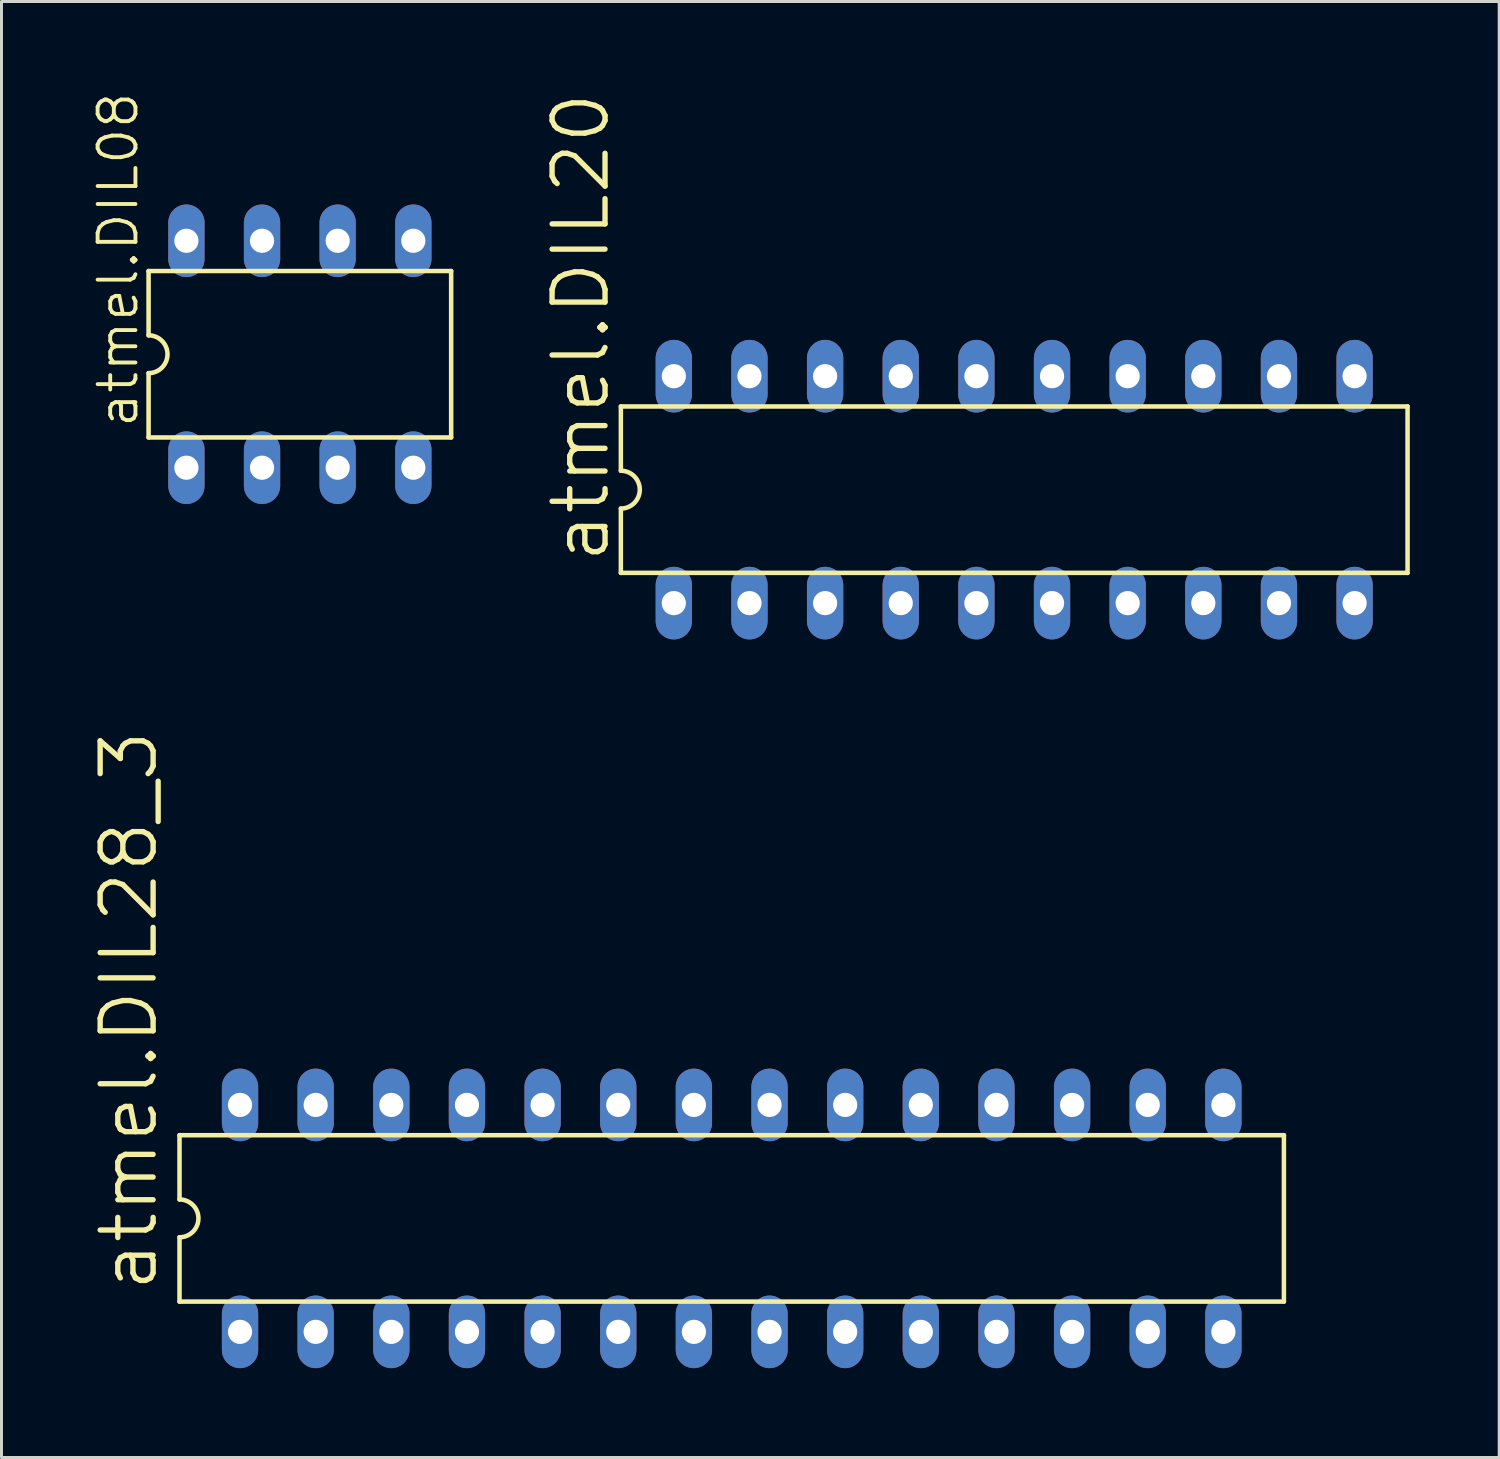
<source format=kicad_pcb>
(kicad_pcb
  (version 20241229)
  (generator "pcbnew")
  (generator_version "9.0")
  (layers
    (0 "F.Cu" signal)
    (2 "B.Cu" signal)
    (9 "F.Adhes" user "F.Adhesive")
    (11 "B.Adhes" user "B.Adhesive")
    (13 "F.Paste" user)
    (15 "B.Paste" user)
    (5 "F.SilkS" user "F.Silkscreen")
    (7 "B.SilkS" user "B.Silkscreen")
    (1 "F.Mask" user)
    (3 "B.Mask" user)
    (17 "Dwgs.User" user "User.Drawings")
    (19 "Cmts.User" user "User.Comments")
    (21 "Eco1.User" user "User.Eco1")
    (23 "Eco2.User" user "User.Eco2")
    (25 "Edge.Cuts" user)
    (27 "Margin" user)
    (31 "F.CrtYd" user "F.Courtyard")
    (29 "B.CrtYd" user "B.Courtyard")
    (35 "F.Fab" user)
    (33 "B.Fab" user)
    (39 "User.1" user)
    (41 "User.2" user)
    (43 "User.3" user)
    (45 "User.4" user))
  (footprint "atmel.DIL28_3"
    (layer "F.Cu")
    (at 21.52 37.862)
    (property "Reference" "atmel.DIL28_3" (at -19.202 2.54 90) (layer "F.SilkS") (effects (font (size 1.778 1.778) (thickness 0.18)) (justify left bottom)))
    (attr through_hole)
    (fp_line (start -18.542 -2.794) (end -18.542 -0.635) (stroke (width 0.152) (type default)) (layer "F.SilkS"))
    (fp_line (start -18.542 -2.794) (end 18.542 -2.794) (stroke (width 0.152) (type default)) (layer "F.SilkS"))
    (fp_line (start -18.542 0.635) (end -18.542 2.794) (stroke (width 0.152) (type default)) (layer "F.SilkS"))
    (fp_line (start -18.542 2.794) (end 18.542 2.794) (stroke (width 0.152) (type default)) (layer "F.SilkS"))
    (fp_line (start 18.542 -2.794) (end 18.542 2.794) (stroke (width 0.152) (type default)) (layer "F.SilkS"))
    (fp_arc (start -18.542 -0.635) (mid -17.907 0) (end -18.542 0.635) (stroke (width 0.1524) (type default)) (layer "F.SilkS"))
    (pad "1" thru_hole oval (at -16.51 3.81 90) (size 2.438 1.219) (drill 0.813) (layers "*.Cu" "*.Mask"))
    (pad "2" thru_hole oval (at -13.97 3.81 90) (size 2.438 1.219) (drill 0.813) (layers "*.Cu" "*.Mask"))
    (pad "3" thru_hole oval (at -11.43 3.81 90) (size 2.438 1.219) (drill 0.813) (layers "*.Cu" "*.Mask"))
    (pad "4" thru_hole oval (at -8.89 3.81 90) (size 2.438 1.219) (drill 0.813) (layers "*.Cu" "*.Mask"))
    (pad "5" thru_hole oval (at -6.35 3.81 90) (size 2.438 1.219) (drill 0.813) (layers "*.Cu" "*.Mask"))
    (pad "6" thru_hole oval (at -3.81 3.81 90) (size 2.438 1.219) (drill 0.813) (layers "*.Cu" "*.Mask"))
    (pad "7" thru_hole oval (at -1.27 3.81 90) (size 2.438 1.219) (drill 0.813) (layers "*.Cu" "*.Mask"))
    (pad "8" thru_hole oval (at 1.27 3.81 90) (size 2.438 1.219) (drill 0.813) (layers "*.Cu" "*.Mask"))
    (pad "9" thru_hole oval (at 3.81 3.81 90) (size 2.438 1.219) (drill 0.813) (layers "*.Cu" "*.Mask"))
    (pad "10" thru_hole oval (at 6.35 3.81 90) (size 2.438 1.219) (drill 0.813) (layers "*.Cu" "*.Mask"))
    (pad "11" thru_hole oval (at 8.89 3.81 90) (size 2.438 1.219) (drill 0.813) (layers "*.Cu" "*.Mask"))
    (pad "12" thru_hole oval (at 11.43 3.81 90) (size 2.438 1.219) (drill 0.813) (layers "*.Cu" "*.Mask"))
    (pad "13" thru_hole oval (at 13.97 3.81 90) (size 2.438 1.219) (drill 0.813) (layers "*.Cu" "*.Mask"))
    (pad "14" thru_hole oval (at 16.51 3.81 90) (size 2.438 1.219) (drill 0.813) (layers "*.Cu" "*.Mask"))
    (pad "15" thru_hole oval (at 16.51 -3.81 90) (size 2.438 1.219) (drill 0.813) (layers "*.Cu" "*.Mask"))
    (pad "16" thru_hole oval (at 13.97 -3.81 90) (size 2.438 1.219) (drill 0.813) (layers "*.Cu" "*.Mask"))
    (pad "17" thru_hole oval (at 11.43 -3.81 90) (size 2.438 1.219) (drill 0.813) (layers "*.Cu" "*.Mask"))
    (pad "18" thru_hole oval (at 8.89 -3.81 90) (size 2.438 1.219) (drill 0.813) (layers "*.Cu" "*.Mask"))
    (pad "19" thru_hole oval (at 6.35 -3.81 90) (size 2.438 1.219) (drill 0.813) (layers "*.Cu" "*.Mask"))
    (pad "20" thru_hole oval (at 3.81 -3.81 90) (size 2.438 1.219) (drill 0.813) (layers "*.Cu" "*.Mask"))
    (pad "21" thru_hole oval (at 1.27 -3.81 90) (size 2.438 1.219) (drill 0.813) (layers "*.Cu" "*.Mask"))
    (pad "22" thru_hole oval (at -1.27 -3.81 90) (size 2.438 1.219) (drill 0.813) (layers "*.Cu" "*.Mask"))
    (pad "23" thru_hole oval (at -3.81 -3.81 90) (size 2.438 1.219) (drill 0.813) (layers "*.Cu" "*.Mask"))
    (pad "24" thru_hole oval (at -6.35 -3.81 90) (size 2.438 1.219) (drill 0.813) (layers "*.Cu" "*.Mask"))
    (pad "25" thru_hole oval (at -8.89 -3.81 90) (size 2.438 1.219) (drill 0.813) (layers "*.Cu" "*.Mask"))
    (pad "26" thru_hole oval (at -11.43 -3.81 90) (size 2.438 1.219) (drill 0.813) (layers "*.Cu" "*.Mask"))
    (pad "27" thru_hole oval (at -13.97 -3.81 90) (size 2.438 1.219) (drill 0.813) (layers "*.Cu" "*.Mask"))
    (pad "28" thru_hole oval (at -16.51 -3.81 90) (size 2.438 1.219) (drill 0.813) (layers "*.Cu" "*.Mask")))
  (footprint "atmel.DIL20"
    (layer "F.Cu")
    (at 31.006 13.392)
    (property "Reference" "atmel.DIL20" (at -13.513 2.54 90) (layer "F.SilkS") (effects (font (size 1.778 1.778) (thickness 0.18)) (justify left bottom)))
    (attr through_hole)
    (fp_line (start -13.208 -2.794) (end -13.208 -0.635) (stroke (width 0.152) (type default)) (layer "F.SilkS"))
    (fp_line (start -13.208 -2.794) (end 13.208 -2.794) (stroke (width 0.152) (type default)) (layer "F.SilkS"))
    (fp_line (start -13.208 0.635) (end -13.208 2.794) (stroke (width 0.152) (type default)) (layer "F.SilkS"))
    (fp_line (start 13.208 2.794) (end -13.208 2.794) (stroke (width 0.152) (type default)) (layer "F.SilkS"))
    (fp_line (start 13.208 2.794) (end 13.208 -2.794) (stroke (width 0.152) (type default)) (layer "F.SilkS"))
    (fp_arc (start -13.208 -0.635) (mid -12.573 0) (end -13.208 0.635) (stroke (width 0.1524) (type default)) (layer "F.SilkS"))
    (pad "1" thru_hole oval (at -11.43 3.81 90) (size 2.438 1.219) (drill 0.813) (layers "*.Cu" "*.Mask"))
    (pad "2" thru_hole oval (at -8.89 3.81 90) (size 2.438 1.219) (drill 0.813) (layers "*.Cu" "*.Mask"))
    (pad "3" thru_hole oval (at -6.35 3.81 90) (size 2.438 1.219) (drill 0.813) (layers "*.Cu" "*.Mask"))
    (pad "4" thru_hole oval (at -3.81 3.81 90) (size 2.438 1.219) (drill 0.813) (layers "*.Cu" "*.Mask"))
    (pad "5" thru_hole oval (at -1.27 3.81 90) (size 2.438 1.219) (drill 0.813) (layers "*.Cu" "*.Mask"))
    (pad "6" thru_hole oval (at 1.27 3.81 90) (size 2.438 1.219) (drill 0.813) (layers "*.Cu" "*.Mask"))
    (pad "7" thru_hole oval (at 3.81 3.81 90) (size 2.438 1.219) (drill 0.813) (layers "*.Cu" "*.Mask"))
    (pad "8" thru_hole oval (at 6.35 3.81 90) (size 2.438 1.219) (drill 0.813) (layers "*.Cu" "*.Mask"))
    (pad "9" thru_hole oval (at 8.89 3.81 90) (size 2.438 1.219) (drill 0.813) (layers "*.Cu" "*.Mask"))
    (pad "10" thru_hole oval (at 11.43 3.81 90) (size 2.438 1.219) (drill 0.813) (layers "*.Cu" "*.Mask"))
    (pad "11" thru_hole oval (at 11.43 -3.81 90) (size 2.438 1.219) (drill 0.813) (layers "*.Cu" "*.Mask"))
    (pad "12" thru_hole oval (at 8.89 -3.81 90) (size 2.438 1.219) (drill 0.813) (layers "*.Cu" "*.Mask"))
    (pad "13" thru_hole oval (at 6.35 -3.81 90) (size 2.438 1.219) (drill 0.813) (layers "*.Cu" "*.Mask"))
    (pad "14" thru_hole oval (at 3.81 -3.81 90) (size 2.438 1.219) (drill 0.813) (layers "*.Cu" "*.Mask"))
    (pad "15" thru_hole oval (at 1.27 -3.81 90) (size 2.438 1.219) (drill 0.813) (layers "*.Cu" "*.Mask"))
    (pad "16" thru_hole oval (at -1.27 -3.81 90) (size 2.438 1.219) (drill 0.813) (layers "*.Cu" "*.Mask"))
    (pad "17" thru_hole oval (at -3.81 -3.81 90) (size 2.438 1.219) (drill 0.813) (layers "*.Cu" "*.Mask"))
    (pad "18" thru_hole oval (at -6.35 -3.81 90) (size 2.438 1.219) (drill 0.813) (layers "*.Cu" "*.Mask"))
    (pad "19" thru_hole oval (at -8.89 -3.81 90) (size 2.438 1.219) (drill 0.813) (layers "*.Cu" "*.Mask"))
    (pad "20" thru_hole oval (at -11.43 -3.81 90) (size 2.438 1.219) (drill 0.813) (layers "*.Cu" "*.Mask")))
  (footprint "atmel.DIL08"
    (layer "F.Cu")
    (at 7.019 8.845)
    (property "Reference" "atmel.DIL08" (at -5.359 2.54 90) (layer "F.SilkS") (effects (font (size 1.27 1.27) (thickness 0.13)) (justify left bottom)))
    (attr through_hole)
    (fp_line (start -5.08 -2.794) (end -5.08 -0.635) (stroke (width 0.152) (type default)) (layer "F.SilkS"))
    (fp_line (start -5.08 0.635) (end -5.08 2.794) (stroke (width 0.152) (type default)) (layer "F.SilkS"))
    (fp_line (start -5.08 2.794) (end 5.08 2.794) (stroke (width 0.152) (type default)) (layer "F.SilkS"))
    (fp_line (start 5.08 -2.794) (end -5.08 -2.794) (stroke (width 0.152) (type default)) (layer "F.SilkS"))
    (fp_line (start 5.08 2.794) (end 5.08 -2.794) (stroke (width 0.152) (type default)) (layer "F.SilkS"))
    (fp_arc (start -5.08 -0.635) (mid -4.445 0) (end -5.08 0.635) (stroke (width 0.1524) (type default)) (layer "F.SilkS"))
    (pad "1" thru_hole oval (at -3.81 3.81 90) (size 2.438 1.219) (drill 0.813) (layers "*.Cu" "*.Mask"))
    (pad "2" thru_hole oval (at -1.27 3.81 90) (size 2.438 1.219) (drill 0.813) (layers "*.Cu" "*.Mask"))
    (pad "3" thru_hole oval (at 1.27 3.81 90) (size 2.438 1.219) (drill 0.813) (layers "*.Cu" "*.Mask"))
    (pad "4" thru_hole oval (at 3.81 3.81 90) (size 2.438 1.219) (drill 0.813) (layers "*.Cu" "*.Mask"))
    (pad "5" thru_hole oval (at 3.81 -3.81 90) (size 2.438 1.219) (drill 0.813) (layers "*.Cu" "*.Mask"))
    (pad "6" thru_hole oval (at 1.27 -3.81 90) (size 2.438 1.219) (drill 0.813) (layers "*.Cu" "*.Mask"))
    (pad "7" thru_hole oval (at -1.27 -3.81 90) (size 2.438 1.219) (drill 0.813) (layers "*.Cu" "*.Mask"))
    (pad "8" thru_hole oval (at -3.81 -3.81 90) (size 2.438 1.219) (drill 0.813) (layers "*.Cu" "*.Mask")))
  (gr_rect
    (start -3 -3)
    (end 47.291 45.891)
    (stroke (width 0.1) (type default))
    (fill no)
    (layer "Edge.Cuts")))
</source>
